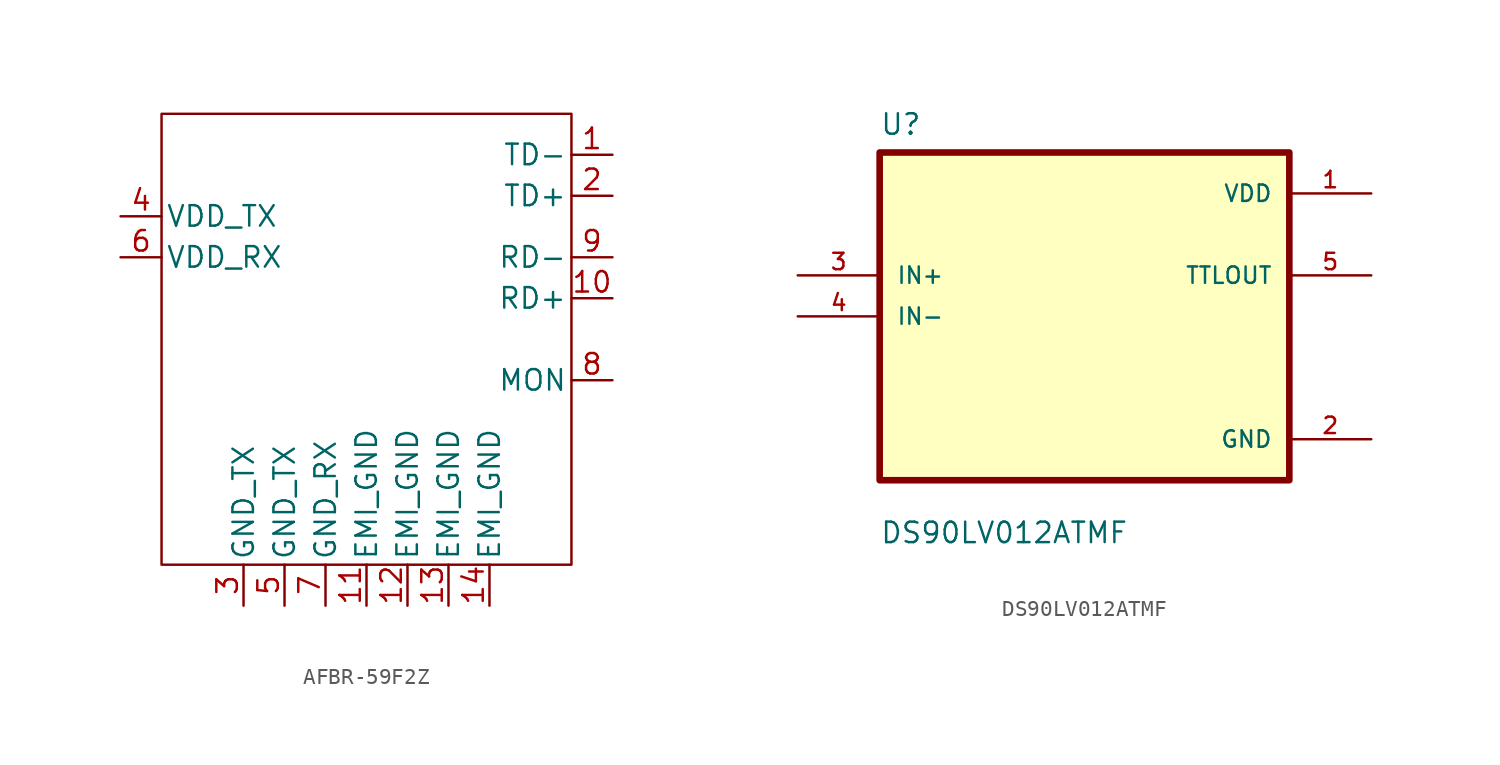
<source format=kicad_sym>
(kicad_symbol_lib
  (version 20241209)
  (generator "kicad_symbol_editor")
  (generator_version "9.0")
  (symbol "AFBR-59F2Z"
    (pin_names
      (offset 0.254))
    (property "Reference" "Conn"
      (at 0 13.462 0)
      (effects (font (size 1.524 1.524)) (hide yes)))
    (property "ki_locked" ""
      (at 0 0 0)
      (effects (font (size 1.27 1.27))))
    (symbol "AFBR-59F2Z_1_1"
      (rectangle (start -12.7 8.89) (end 12.7 -19.05) (stroke (width 0) (type default)) (fill (type none)))
      (pin input line (at -15.24 2.54 0) (length 2.54) (name "VDD_TX" (effects (font (size 1.27 1.27)))) (number "4" (effects (font (size 1.27 1.27)))))
      (pin input line (at -15.24 0 0) (length 2.54) (name "VDD_RX" (effects (font (size 1.27 1.27)))) (number "6" (effects (font (size 1.27 1.27)))))
      (pin input line (at -7.62 -21.59 90) (length 2.54) (name "GND_TX" (effects (font (size 1.27 1.27)))) (number "3" (effects (font (size 1.27 1.27)))))
      (pin input line (at -5.08 -21.59 90) (length 2.54) (name "GND_TX" (effects (font (size 1.27 1.27)))) (number "5" (effects (font (size 1.27 1.27)))))
      (pin input line (at -2.54 -21.59 90) (length 2.54) (name "GND_RX" (effects (font (size 1.27 1.27)))) (number "7" (effects (font (size 1.27 1.27)))))
      (pin input line (at 0 -21.59 90) (length 2.54) (name "EMI_GND" (effects (font (size 1.27 1.27)))) (number "11" (effects (font (size 1.27 1.27)))))
      (pin input line (at 2.54 -21.59 90) (length 2.54) (name "EMI_GND" (effects (font (size 1.27 1.27)))) (number "12" (effects (font (size 1.27 1.27)))))
      (pin input line (at 5.08 -21.59 90) (length 2.54) (name "EMI_GND" (effects (font (size 1.27 1.27)))) (number "13" (effects (font (size 1.27 1.27)))))
      (pin input line (at 7.62 -21.59 90) (length 2.54) (name "EMI_GND" (effects (font (size 1.27 1.27)))) (number "14" (effects (font (size 1.27 1.27)))))
      (pin input line (at 15.24 6.35 180) (length 2.54) (name "TD-" (effects (font (size 1.27 1.27)))) (number "1" (effects (font (size 1.27 1.27)))))
      (pin input line (at 15.24 3.81 180) (length 2.54) (name "TD+" (effects (font (size 1.27 1.27)))) (number "2" (effects (font (size 1.27 1.27)))))
      (pin input line (at 15.24 0 180) (length 2.54) (name "RD-" (effects (font (size 1.27 1.27)))) (number "9" (effects (font (size 1.27 1.27)))))
      (pin input line (at 15.24 -2.54 180) (length 2.54) (name "RD+" (effects (font (size 1.27 1.27)))) (number "10" (effects (font (size 1.27 1.27)))))
      (pin input line (at 15.24 -7.62 180) (length 2.54) (name "MON" (effects (font (size 1.27 1.27)))) (number "8" (effects (font (size 1.27 1.27)))))))
  (symbol "DS90LV012ATMF"
    (pin_names
      (offset 1.016))
    (property "Reference" "U"
      (at -12.7 11.16 0)
      (effects (font (size 1.27 1.27)) (justify left bottom)))
    (property "Value" "DS90LV012ATMF"
      (at -12.7 -14.16 0)
      (effects (font (size 1.27 1.27)) (justify left bottom)))
    (symbol "DS90LV012ATMF_0_0"
      (rectangle (start -12.7 -10.16) (end 12.7 10.16) (stroke (width 0.41) (type default)) (fill (type background)))
      (pin input line (at -17.78 2.54 0) (length 5.08) (name "IN+" (effects (font (size 1.016 1.016)))) (number "3" (effects (font (size 1.016 1.016)))))
      (pin input line (at -17.78 0 0) (length 5.08) (name "IN-" (effects (font (size 1.016 1.016)))) (number "4" (effects (font (size 1.016 1.016)))))
      (pin power_in line (at 17.78 7.62 180) (length 5.08) (name "VDD" (effects (font (size 1.016 1.016)))) (number "1" (effects (font (size 1.016 1.016)))))
      (pin output line (at 17.78 2.54 180) (length 5.08) (name "TTLOUT" (effects (font (size 1.016 1.016)))) (number "5" (effects (font (size 1.016 1.016)))))
      (pin power_in line (at 17.78 -7.62 180) (length 5.08) (name "GND" (effects (font (size 1.016 1.016)))) (number "2" (effects (font (size 1.016 1.016))))))))
</source>
